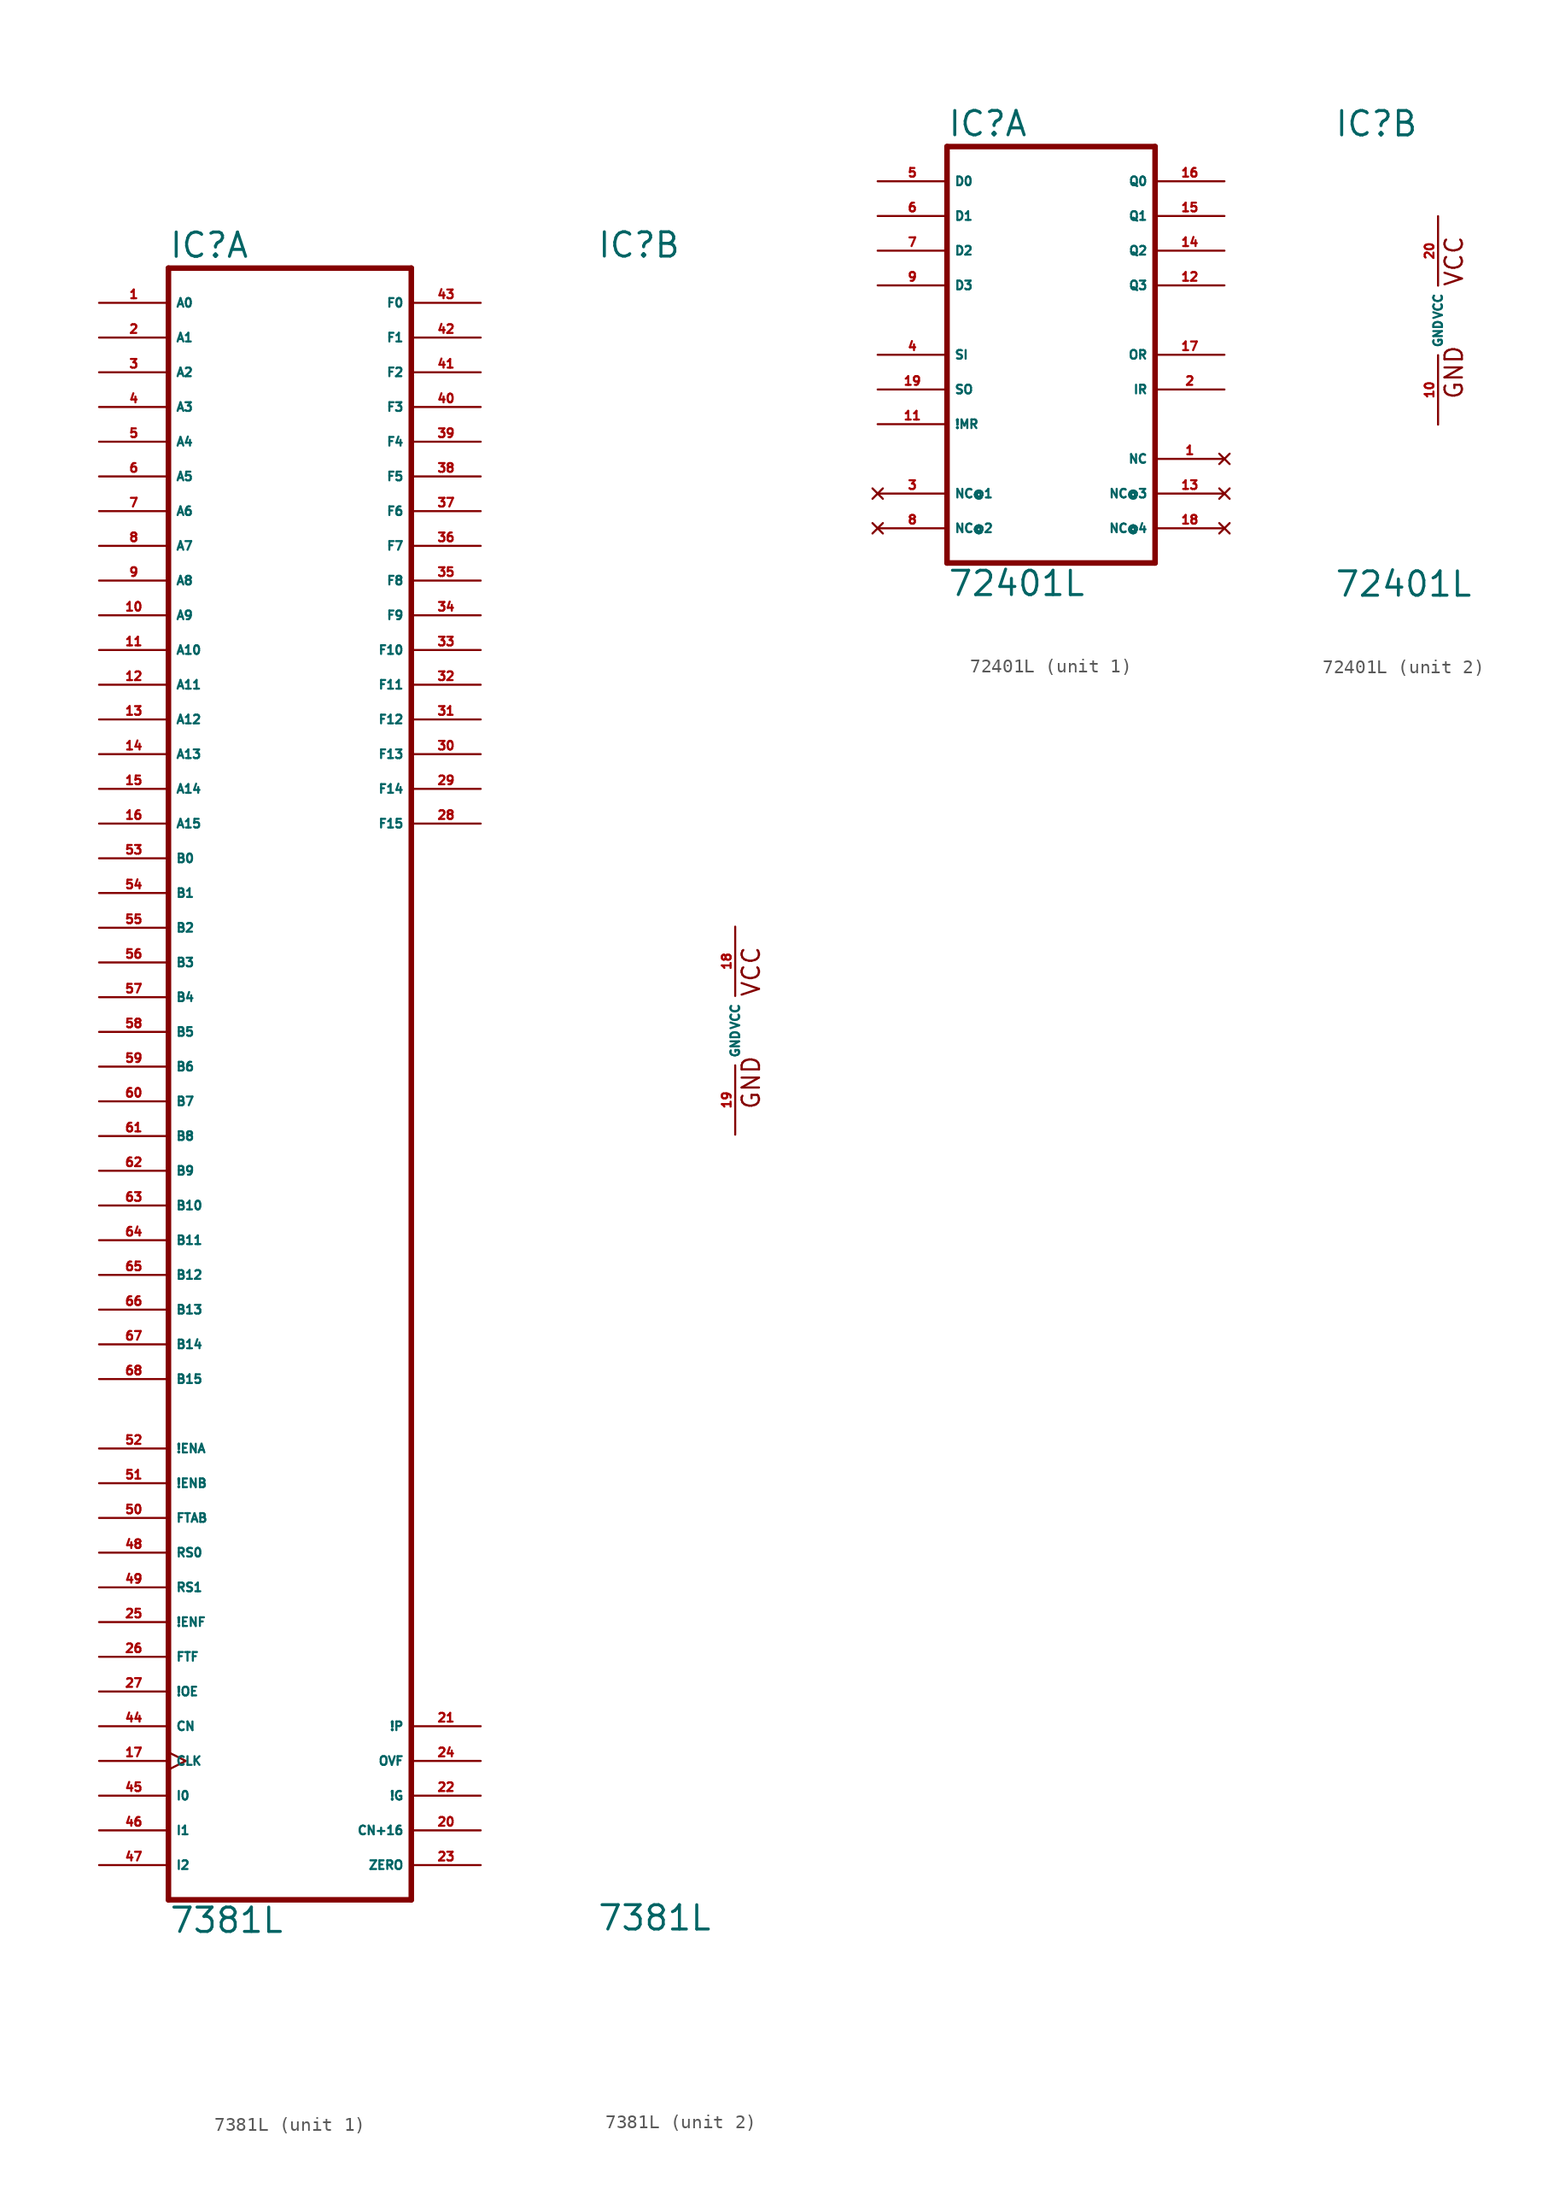
<source format=kicad_sym>
(kicad_symbol_lib
  (version 20220914)
  (generator Eagle2Kicad)
  (symbol "7381L"
    (property "Reference" "IC"
      (at -10.16 56.515 0)
      (effects (font (size 1.778 1.778) (thickness 0.22)) (justify left bottom)))
    (property "Value" "7381L"
      (at -10.16 -66.04 0)
      (effects (font (size 1.778 1.778) (thickness 0.22)) (justify left bottom)))
    (symbol "7381L_1_0"
      (polyline (pts (xy -10.16 -63.5) (xy 7.62 -63.5)) (stroke (width 0.406) (type default)) (fill (type none)))
      (polyline (pts (xy 7.62 -63.5) (xy 7.62 55.88)) (stroke (width 0.406) (type default)) (fill (type none)))
      (polyline (pts (xy 7.62 55.88) (xy -10.16 55.88)) (stroke (width 0.406) (type default)) (fill (type none)))
      (polyline (pts (xy -10.16 55.88) (xy -10.16 -63.5)) (stroke (width 0.406) (type default)) (fill (type none)))
      (pin input line (at -15.24 53.34 0) (length 5.08) (name "A0" (effects (font (size 0.635 0.635) (thickness 0.08)) (justify left bottom))) (number "1" (effects (font (size 0.635 0.635) (thickness 0.08)) (justify left bottom))))
      (pin input line (at -15.24 50.8 0) (length 5.08) (name "A1" (effects (font (size 0.635 0.635) (thickness 0.08)) (justify left bottom))) (number "2" (effects (font (size 0.635 0.635) (thickness 0.08)) (justify left bottom))))
      (pin input line (at -15.24 48.26 0) (length 5.08) (name "A2" (effects (font (size 0.635 0.635) (thickness 0.08)) (justify left bottom))) (number "3" (effects (font (size 0.635 0.635) (thickness 0.08)) (justify left bottom))))
      (pin input line (at -15.24 45.72 0) (length 5.08) (name "A3" (effects (font (size 0.635 0.635) (thickness 0.08)) (justify left bottom))) (number "4" (effects (font (size 0.635 0.635) (thickness 0.08)) (justify left bottom))))
      (pin input line (at -15.24 43.18 0) (length 5.08) (name "A4" (effects (font (size 0.635 0.635) (thickness 0.08)) (justify left bottom))) (number "5" (effects (font (size 0.635 0.635) (thickness 0.08)) (justify left bottom))))
      (pin input line (at -15.24 40.64 0) (length 5.08) (name "A5" (effects (font (size 0.635 0.635) (thickness 0.08)) (justify left bottom))) (number "6" (effects (font (size 0.635 0.635) (thickness 0.08)) (justify left bottom))))
      (pin input line (at -15.24 38.1 0) (length 5.08) (name "A6" (effects (font (size 0.635 0.635) (thickness 0.08)) (justify left bottom))) (number "7" (effects (font (size 0.635 0.635) (thickness 0.08)) (justify left bottom))))
      (pin input line (at -15.24 35.56 0) (length 5.08) (name "A7" (effects (font (size 0.635 0.635) (thickness 0.08)) (justify left bottom))) (number "8" (effects (font (size 0.635 0.635) (thickness 0.08)) (justify left bottom))))
      (pin input line (at -15.24 33.02 0) (length 5.08) (name "A8" (effects (font (size 0.635 0.635) (thickness 0.08)) (justify left bottom))) (number "9" (effects (font (size 0.635 0.635) (thickness 0.08)) (justify left bottom))))
      (pin input line (at -15.24 30.48 0) (length 5.08) (name "A9" (effects (font (size 0.635 0.635) (thickness 0.08)) (justify left bottom))) (number "10" (effects (font (size 0.635 0.635) (thickness 0.08)) (justify left bottom))))
      (pin input line (at -15.24 27.94 0) (length 5.08) (name "A10" (effects (font (size 0.635 0.635) (thickness 0.08)) (justify left bottom))) (number "11" (effects (font (size 0.635 0.635) (thickness 0.08)) (justify left bottom))))
      (pin input line (at -15.24 25.4 0) (length 5.08) (name "A11" (effects (font (size 0.635 0.635) (thickness 0.08)) (justify left bottom))) (number "12" (effects (font (size 0.635 0.635) (thickness 0.08)) (justify left bottom))))
      (pin input line (at -15.24 22.86 0) (length 5.08) (name "A12" (effects (font (size 0.635 0.635) (thickness 0.08)) (justify left bottom))) (number "13" (effects (font (size 0.635 0.635) (thickness 0.08)) (justify left bottom))))
      (pin input line (at -15.24 20.32 0) (length 5.08) (name "A13" (effects (font (size 0.635 0.635) (thickness 0.08)) (justify left bottom))) (number "14" (effects (font (size 0.635 0.635) (thickness 0.08)) (justify left bottom))))
      (pin input line (at -15.24 17.78 0) (length 5.08) (name "A14" (effects (font (size 0.635 0.635) (thickness 0.08)) (justify left bottom))) (number "15" (effects (font (size 0.635 0.635) (thickness 0.08)) (justify left bottom))))
      (pin input line (at -15.24 15.24 0) (length 5.08) (name "A15" (effects (font (size 0.635 0.635) (thickness 0.08)) (justify left bottom))) (number "16" (effects (font (size 0.635 0.635) (thickness 0.08)) (justify left bottom))))
      (pin input line (at -15.24 12.7 0) (length 5.08) (name "B0" (effects (font (size 0.635 0.635) (thickness 0.08)) (justify left bottom))) (number "53" (effects (font (size 0.635 0.635) (thickness 0.08)) (justify left bottom))))
      (pin input line (at -15.24 10.16 0) (length 5.08) (name "B1" (effects (font (size 0.635 0.635) (thickness 0.08)) (justify left bottom))) (number "54" (effects (font (size 0.635 0.635) (thickness 0.08)) (justify left bottom))))
      (pin input line (at -15.24 7.62 0) (length 5.08) (name "B2" (effects (font (size 0.635 0.635) (thickness 0.08)) (justify left bottom))) (number "55" (effects (font (size 0.635 0.635) (thickness 0.08)) (justify left bottom))))
      (pin input line (at -15.24 5.08 0) (length 5.08) (name "B3" (effects (font (size 0.635 0.635) (thickness 0.08)) (justify left bottom))) (number "56" (effects (font (size 0.635 0.635) (thickness 0.08)) (justify left bottom))))
      (pin input line (at -15.24 2.54 0) (length 5.08) (name "B4" (effects (font (size 0.635 0.635) (thickness 0.08)) (justify left bottom))) (number "57" (effects (font (size 0.635 0.635) (thickness 0.08)) (justify left bottom))))
      (pin input line (at -15.24 0 0) (length 5.08) (name "B5" (effects (font (size 0.635 0.635) (thickness 0.08)) (justify left bottom))) (number "58" (effects (font (size 0.635 0.635) (thickness 0.08)) (justify left bottom))))
      (pin input line (at -15.24 -2.54 0) (length 5.08) (name "B6" (effects (font (size 0.635 0.635) (thickness 0.08)) (justify left bottom))) (number "59" (effects (font (size 0.635 0.635) (thickness 0.08)) (justify left bottom))))
      (pin input line (at -15.24 -5.08 0) (length 5.08) (name "B7" (effects (font (size 0.635 0.635) (thickness 0.08)) (justify left bottom))) (number "60" (effects (font (size 0.635 0.635) (thickness 0.08)) (justify left bottom))))
      (pin input line (at -15.24 -7.62 0) (length 5.08) (name "B8" (effects (font (size 0.635 0.635) (thickness 0.08)) (justify left bottom))) (number "61" (effects (font (size 0.635 0.635) (thickness 0.08)) (justify left bottom))))
      (pin input line (at -15.24 -10.16 0) (length 5.08) (name "B9" (effects (font (size 0.635 0.635) (thickness 0.08)) (justify left bottom))) (number "62" (effects (font (size 0.635 0.635) (thickness 0.08)) (justify left bottom))))
      (pin input line (at -15.24 -12.7 0) (length 5.08) (name "B10" (effects (font (size 0.635 0.635) (thickness 0.08)) (justify left bottom))) (number "63" (effects (font (size 0.635 0.635) (thickness 0.08)) (justify left bottom))))
      (pin input line (at -15.24 -15.24 0) (length 5.08) (name "B11" (effects (font (size 0.635 0.635) (thickness 0.08)) (justify left bottom))) (number "64" (effects (font (size 0.635 0.635) (thickness 0.08)) (justify left bottom))))
      (pin input line (at -15.24 -17.78 0) (length 5.08) (name "B12" (effects (font (size 0.635 0.635) (thickness 0.08)) (justify left bottom))) (number "65" (effects (font (size 0.635 0.635) (thickness 0.08)) (justify left bottom))))
      (pin input line (at -15.24 -20.32 0) (length 5.08) (name "B13" (effects (font (size 0.635 0.635) (thickness 0.08)) (justify left bottom))) (number "66" (effects (font (size 0.635 0.635) (thickness 0.08)) (justify left bottom))))
      (pin input line (at -15.24 -22.86 0) (length 5.08) (name "B14" (effects (font (size 0.635 0.635) (thickness 0.08)) (justify left bottom))) (number "67" (effects (font (size 0.635 0.635) (thickness 0.08)) (justify left bottom))))
      (pin input line (at -15.24 -25.4 0) (length 5.08) (name "B15" (effects (font (size 0.635 0.635) (thickness 0.08)) (justify left bottom))) (number "68" (effects (font (size 0.635 0.635) (thickness 0.08)) (justify left bottom))))
      (pin input line (at -15.24 -30.48 0) (length 5.08) (name "!ENA" (effects (font (size 0.635 0.635) (thickness 0.08)) (justify left bottom))) (number "52" (effects (font (size 0.635 0.635) (thickness 0.08)) (justify left bottom))))
      (pin input line (at -15.24 -33.02 0) (length 5.08) (name "!ENB" (effects (font (size 0.635 0.635) (thickness 0.08)) (justify left bottom))) (number "51" (effects (font (size 0.635 0.635) (thickness 0.08)) (justify left bottom))))
      (pin input line (at -15.24 -35.56 0) (length 5.08) (name "FTAB" (effects (font (size 0.635 0.635) (thickness 0.08)) (justify left bottom))) (number "50" (effects (font (size 0.635 0.635) (thickness 0.08)) (justify left bottom))))
      (pin input line (at -15.24 -38.1 0) (length 5.08) (name "RS0" (effects (font (size 0.635 0.635) (thickness 0.08)) (justify left bottom))) (number "48" (effects (font (size 0.635 0.635) (thickness 0.08)) (justify left bottom))))
      (pin input line (at -15.24 -40.64 0) (length 5.08) (name "RS1" (effects (font (size 0.635 0.635) (thickness 0.08)) (justify left bottom))) (number "49" (effects (font (size 0.635 0.635) (thickness 0.08)) (justify left bottom))))
      (pin input line (at -15.24 -43.18 0) (length 5.08) (name "!ENF" (effects (font (size 0.635 0.635) (thickness 0.08)) (justify left bottom))) (number "25" (effects (font (size 0.635 0.635) (thickness 0.08)) (justify left bottom))))
      (pin input line (at -15.24 -45.72 0) (length 5.08) (name "FTF" (effects (font (size 0.635 0.635) (thickness 0.08)) (justify left bottom))) (number "26" (effects (font (size 0.635 0.635) (thickness 0.08)) (justify left bottom))))
      (pin input line (at -15.24 -48.26 0) (length 5.08) (name "!OE" (effects (font (size 0.635 0.635) (thickness 0.08)) (justify left bottom))) (number "27" (effects (font (size 0.635 0.635) (thickness 0.08)) (justify left bottom))))
      (pin input line (at -15.24 -50.8 0) (length 5.08) (name "CN" (effects (font (size 0.635 0.635) (thickness 0.08)) (justify left bottom))) (number "44" (effects (font (size 0.635 0.635) (thickness 0.08)) (justify left bottom))))
      (pin output line (at 12.7 53.34 180) (length 5.08) (name "F0" (effects (font (size 0.635 0.635) (thickness 0.08)) (justify left bottom))) (number "43" (effects (font (size 0.635 0.635) (thickness 0.08)) (justify left bottom))))
      (pin output line (at 12.7 50.8 180) (length 5.08) (name "F1" (effects (font (size 0.635 0.635) (thickness 0.08)) (justify left bottom))) (number "42" (effects (font (size 0.635 0.635) (thickness 0.08)) (justify left bottom))))
      (pin output line (at 12.7 48.26 180) (length 5.08) (name "F2" (effects (font (size 0.635 0.635) (thickness 0.08)) (justify left bottom))) (number "41" (effects (font (size 0.635 0.635) (thickness 0.08)) (justify left bottom))))
      (pin output line (at 12.7 45.72 180) (length 5.08) (name "F3" (effects (font (size 0.635 0.635) (thickness 0.08)) (justify left bottom))) (number "40" (effects (font (size 0.635 0.635) (thickness 0.08)) (justify left bottom))))
      (pin output line (at 12.7 43.18 180) (length 5.08) (name "F4" (effects (font (size 0.635 0.635) (thickness 0.08)) (justify left bottom))) (number "39" (effects (font (size 0.635 0.635) (thickness 0.08)) (justify left bottom))))
      (pin output line (at 12.7 40.64 180) (length 5.08) (name "F5" (effects (font (size 0.635 0.635) (thickness 0.08)) (justify left bottom))) (number "38" (effects (font (size 0.635 0.635) (thickness 0.08)) (justify left bottom))))
      (pin output line (at 12.7 38.1 180) (length 5.08) (name "F6" (effects (font (size 0.635 0.635) (thickness 0.08)) (justify left bottom))) (number "37" (effects (font (size 0.635 0.635) (thickness 0.08)) (justify left bottom))))
      (pin output line (at 12.7 35.56 180) (length 5.08) (name "F7" (effects (font (size 0.635 0.635) (thickness 0.08)) (justify left bottom))) (number "36" (effects (font (size 0.635 0.635) (thickness 0.08)) (justify left bottom))))
      (pin output line (at 12.7 33.02 180) (length 5.08) (name "F8" (effects (font (size 0.635 0.635) (thickness 0.08)) (justify left bottom))) (number "35" (effects (font (size 0.635 0.635) (thickness 0.08)) (justify left bottom))))
      (pin output line (at 12.7 30.48 180) (length 5.08) (name "F9" (effects (font (size 0.635 0.635) (thickness 0.08)) (justify left bottom))) (number "34" (effects (font (size 0.635 0.635) (thickness 0.08)) (justify left bottom))))
      (pin output line (at 12.7 27.94 180) (length 5.08) (name "F10" (effects (font (size 0.635 0.635) (thickness 0.08)) (justify left bottom))) (number "33" (effects (font (size 0.635 0.635) (thickness 0.08)) (justify left bottom))))
      (pin output line (at 12.7 25.4 180) (length 5.08) (name "F11" (effects (font (size 0.635 0.635) (thickness 0.08)) (justify left bottom))) (number "32" (effects (font (size 0.635 0.635) (thickness 0.08)) (justify left bottom))))
      (pin output line (at 12.7 22.86 180) (length 5.08) (name "F12" (effects (font (size 0.635 0.635) (thickness 0.08)) (justify left bottom))) (number "31" (effects (font (size 0.635 0.635) (thickness 0.08)) (justify left bottom))))
      (pin output line (at 12.7 20.32 180) (length 5.08) (name "F13" (effects (font (size 0.635 0.635) (thickness 0.08)) (justify left bottom))) (number "30" (effects (font (size 0.635 0.635) (thickness 0.08)) (justify left bottom))))
      (pin output line (at 12.7 17.78 180) (length 5.08) (name "F14" (effects (font (size 0.635 0.635) (thickness 0.08)) (justify left bottom))) (number "29" (effects (font (size 0.635 0.635) (thickness 0.08)) (justify left bottom))))
      (pin output line (at 12.7 15.24 180) (length 5.08) (name "F15" (effects (font (size 0.635 0.635) (thickness 0.08)) (justify left bottom))) (number "28" (effects (font (size 0.635 0.635) (thickness 0.08)) (justify left bottom))))
      (pin output line (at 12.7 -50.8 180) (length 5.08) (name "!P" (effects (font (size 0.635 0.635) (thickness 0.08)) (justify left bottom))) (number "21" (effects (font (size 0.635 0.635) (thickness 0.08)) (justify left bottom))))
      (pin output line (at 12.7 -53.34 180) (length 5.08) (name "OVF" (effects (font (size 0.635 0.635) (thickness 0.08)) (justify left bottom))) (number "24" (effects (font (size 0.635 0.635) (thickness 0.08)) (justify left bottom))))
      (pin output line (at 12.7 -55.88 180) (length 5.08) (name "!G" (effects (font (size 0.635 0.635) (thickness 0.08)) (justify left bottom))) (number "22" (effects (font (size 0.635 0.635) (thickness 0.08)) (justify left bottom))))
      (pin output line (at 12.7 -58.42 180) (length 5.08) (name "CN+16" (effects (font (size 0.635 0.635) (thickness 0.08)) (justify left bottom))) (number "20" (effects (font (size 0.635 0.635) (thickness 0.08)) (justify left bottom))))
      (pin output line (at 12.7 -60.96 180) (length 5.08) (name "ZERO" (effects (font (size 0.635 0.635) (thickness 0.08)) (justify left bottom))) (number "23" (effects (font (size 0.635 0.635) (thickness 0.08)) (justify left bottom))))
      (pin input clock (at -15.24 -53.34 0) (length 5.08) (name "CLK" (effects (font (size 0.635 0.635) (thickness 0.08)) (justify left bottom))) (number "17" (effects (font (size 0.635 0.635) (thickness 0.08)) (justify left bottom))))
      (pin input line (at -15.24 -55.88 0) (length 5.08) (name "I0" (effects (font (size 0.635 0.635) (thickness 0.08)) (justify left bottom))) (number "45" (effects (font (size 0.635 0.635) (thickness 0.08)) (justify left bottom))))
      (pin input line (at -15.24 -58.42 0) (length 5.08) (name "I1" (effects (font (size 0.635 0.635) (thickness 0.08)) (justify left bottom))) (number "46" (effects (font (size 0.635 0.635) (thickness 0.08)) (justify left bottom))))
      (pin input line (at -15.24 -60.96 0) (length 5.08) (name "I2" (effects (font (size 0.635 0.635) (thickness 0.08)) (justify left bottom))) (number "47" (effects (font (size 0.635 0.635) (thickness 0.08)) (justify left bottom)))))
    (symbol "7381L_2_0"
      (text "GND" (at 1.905 -5.842 900) (effects (font (size 1.27 1.27) (thickness 0.16)) (justify left bottom)))
      (text "VCC" (at 1.905 2.413 900) (effects (font (size 1.27 1.27) (thickness 0.16)) (justify left bottom)))
      (pin unspecified line (at 0 7.62 270) (length 5.08) (name "VCC" (effects (font (size 0.635 0.635) (thickness 0.08)) (justify left bottom))) (number "18" (effects (font (size 0.635 0.635) (thickness 0.08)) (justify left bottom))))
      (pin unspecified line (at 0 -7.62 90) (length 5.08) (name "GND" (effects (font (size 0.635 0.635) (thickness 0.08)) (justify left bottom))) (number "19" (effects (font (size 0.635 0.635) (thickness 0.08)) (justify left bottom))))))
  (symbol "72401L"
    (property "Reference" "IC"
      (at -7.62 13.335 0)
      (effects (font (size 1.778 1.778) (thickness 0.22)) (justify left bottom)))
    (property "Value" "72401L"
      (at -7.62 -20.32 0)
      (effects (font (size 1.778 1.778) (thickness 0.22)) (justify left bottom)))
    (symbol "72401L_1_0"
      (polyline (pts (xy -7.62 -17.78) (xy 7.62 -17.78)) (stroke (width 0.406) (type default)) (fill (type none)))
      (polyline (pts (xy 7.62 -17.78) (xy 7.62 12.7)) (stroke (width 0.406) (type default)) (fill (type none)))
      (polyline (pts (xy 7.62 12.7) (xy -7.62 12.7)) (stroke (width 0.406) (type default)) (fill (type none)))
      (polyline (pts (xy -7.62 12.7) (xy -7.62 -17.78)) (stroke (width 0.406) (type default)) (fill (type none)))
      (pin input line (at -12.7 10.16 0) (length 5.08) (name "D0" (effects (font (size 0.635 0.635) (thickness 0.08)) (justify left bottom))) (number "5" (effects (font (size 0.635 0.635) (thickness 0.08)) (justify left bottom))))
      (pin input line (at -12.7 7.62 0) (length 5.08) (name "D1" (effects (font (size 0.635 0.635) (thickness 0.08)) (justify left bottom))) (number "6" (effects (font (size 0.635 0.635) (thickness 0.08)) (justify left bottom))))
      (pin input line (at -12.7 5.08 0) (length 5.08) (name "D2" (effects (font (size 0.635 0.635) (thickness 0.08)) (justify left bottom))) (number "7" (effects (font (size 0.635 0.635) (thickness 0.08)) (justify left bottom))))
      (pin input line (at -12.7 2.54 0) (length 5.08) (name "D3" (effects (font (size 0.635 0.635) (thickness 0.08)) (justify left bottom))) (number "9" (effects (font (size 0.635 0.635) (thickness 0.08)) (justify left bottom))))
      (pin input line (at -12.7 -2.54 0) (length 5.08) (name "SI" (effects (font (size 0.635 0.635) (thickness 0.08)) (justify left bottom))) (number "4" (effects (font (size 0.635 0.635) (thickness 0.08)) (justify left bottom))))
      (pin input line (at -12.7 -7.62 0) (length 5.08) (name "!MR" (effects (font (size 0.635 0.635) (thickness 0.08)) (justify left bottom))) (number "11" (effects (font (size 0.635 0.635) (thickness 0.08)) (justify left bottom))))
      (pin output line (at 12.7 10.16 180) (length 5.08) (name "Q0" (effects (font (size 0.635 0.635) (thickness 0.08)) (justify left bottom))) (number "16" (effects (font (size 0.635 0.635) (thickness 0.08)) (justify left bottom))))
      (pin output line (at 12.7 7.62 180) (length 5.08) (name "Q1" (effects (font (size 0.635 0.635) (thickness 0.08)) (justify left bottom))) (number "15" (effects (font (size 0.635 0.635) (thickness 0.08)) (justify left bottom))))
      (pin output line (at 12.7 5.08 180) (length 5.08) (name "Q2" (effects (font (size 0.635 0.635) (thickness 0.08)) (justify left bottom))) (number "14" (effects (font (size 0.635 0.635) (thickness 0.08)) (justify left bottom))))
      (pin output line (at 12.7 2.54 180) (length 5.08) (name "Q3" (effects (font (size 0.635 0.635) (thickness 0.08)) (justify left bottom))) (number "12" (effects (font (size 0.635 0.635) (thickness 0.08)) (justify left bottom))))
      (pin output line (at 12.7 -2.54 180) (length 5.08) (name "OR" (effects (font (size 0.635 0.635) (thickness 0.08)) (justify left bottom))) (number "17" (effects (font (size 0.635 0.635) (thickness 0.08)) (justify left bottom))))
      (pin no_connect line (at 12.7 -10.16 180) (length 5.08) (name "NC" (effects (font (size 0.635 0.635) (thickness 0.08)) (justify left bottom) hide)) (number "1" (effects (font (size 0.635 0.635) (thickness 0.08)) (justify left bottom) hide)))
      (pin input line (at -12.7 -5.08 0) (length 5.08) (name "SO" (effects (font (size 0.635 0.635) (thickness 0.08)) (justify left bottom))) (number "19" (effects (font (size 0.635 0.635) (thickness 0.08)) (justify left bottom))))
      (pin output line (at 12.7 -5.08 180) (length 5.08) (name "IR" (effects (font (size 0.635 0.635) (thickness 0.08)) (justify left bottom))) (number "2" (effects (font (size 0.635 0.635) (thickness 0.08)) (justify left bottom))))
      (pin no_connect line (at -12.7 -12.7 0) (length 5.08) (name "NC@1" (effects (font (size 0.635 0.635) (thickness 0.08)) (justify left bottom) hide)) (number "3" (effects (font (size 0.635 0.635) (thickness 0.08)) (justify left bottom) hide)))
      (pin no_connect line (at -12.7 -15.24 0) (length 5.08) (name "NC@2" (effects (font (size 0.635 0.635) (thickness 0.08)) (justify left bottom) hide)) (number "8" (effects (font (size 0.635 0.635) (thickness 0.08)) (justify left bottom) hide)))
      (pin no_connect line (at 12.7 -12.7 180) (length 5.08) (name "NC@3" (effects (font (size 0.635 0.635) (thickness 0.08)) (justify left bottom) hide)) (number "13" (effects (font (size 0.635 0.635) (thickness 0.08)) (justify left bottom) hide)))
      (pin no_connect line (at 12.7 -15.24 180) (length 5.08) (name "NC@4" (effects (font (size 0.635 0.635) (thickness 0.08)) (justify left bottom) hide)) (number "18" (effects (font (size 0.635 0.635) (thickness 0.08)) (justify left bottom) hide))))
    (symbol "72401L_2_0"
      (text "GND" (at 1.905 -5.842 900) (effects (font (size 1.27 1.27) (thickness 0.16)) (justify left bottom)))
      (text "VCC" (at 1.905 2.413 900) (effects (font (size 1.27 1.27) (thickness 0.16)) (justify left bottom)))
      (pin unspecified line (at 0 7.62 270) (length 5.08) (name "VCC" (effects (font (size 0.635 0.635) (thickness 0.08)) (justify left bottom))) (number "20" (effects (font (size 0.635 0.635) (thickness 0.08)) (justify left bottom))))
      (pin unspecified line (at 0 -7.62 90) (length 5.08) (name "GND" (effects (font (size 0.635 0.635) (thickness 0.08)) (justify left bottom))) (number "10" (effects (font (size 0.635 0.635) (thickness 0.08)) (justify left bottom)))))))
</source>
